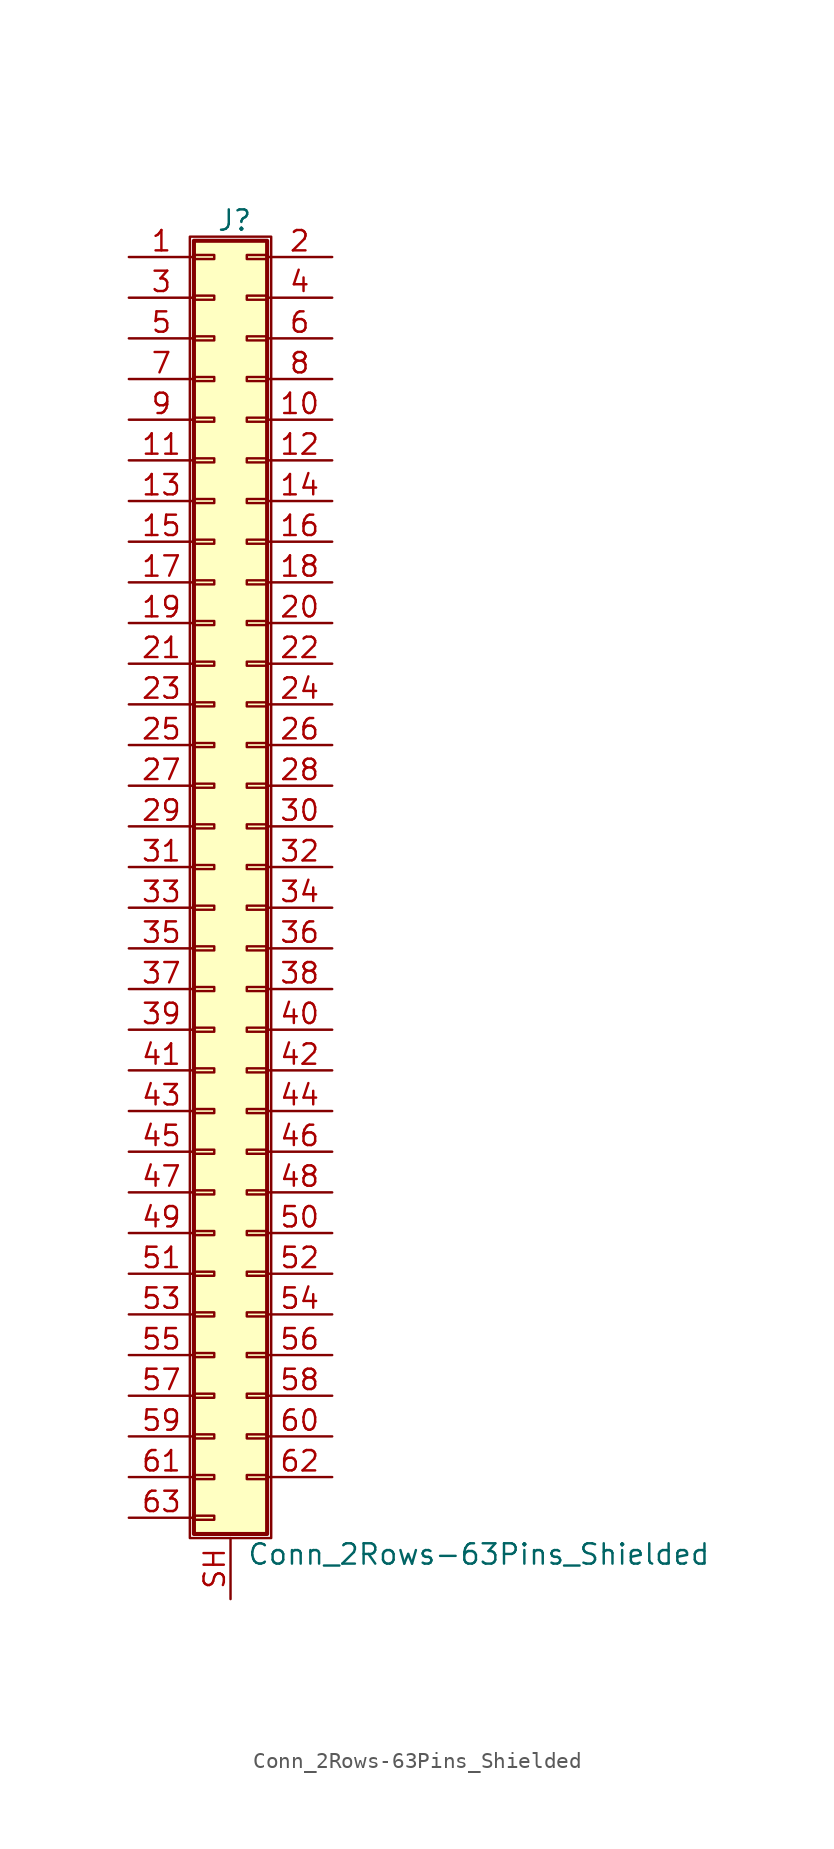
<source format=kicad_sym>
(kicad_symbol_lib
  (version 20211014)
  (generator kicad_symbol_editor)
  (symbol "Conn_2Rows-63Pins_Shielded"
    (pin_names
      (offset 1.016) hide)
    (property "Reference" "J"
      (at 1.524 40.386 0)
      (effects (font (size 1.27 1.27))))
    (property "Value" "Conn_2Rows-63Pins_Shielded"
      (at 2.286 -42.926 0)
      (effects (font (size 1.27 1.27)) (justify left)))
    (symbol "Conn_2Rows-63Pins_Shielded_1_1"
      (rectangle (start -1.27 39.37) (end 3.81 -41.91) (stroke (width 0.152) (type default) (color 0 0 0 0)) (fill (type none)))
      (rectangle (start -1.016 -40.513) (end 0.254 -40.767) (stroke (width 0.152) (type default) (color 0 0 0 0)) (fill (type none)))
      (rectangle (start -1.016 -37.973) (end 0.254 -38.227) (stroke (width 0.152) (type default) (color 0 0 0 0)) (fill (type none)))
      (rectangle (start -1.016 -35.433) (end 0.254 -35.687) (stroke (width 0.152) (type default) (color 0 0 0 0)) (fill (type none)))
      (rectangle (start -1.016 -32.893) (end 0.254 -33.147) (stroke (width 0.152) (type default) (color 0 0 0 0)) (fill (type none)))
      (rectangle (start -1.016 -30.353) (end 0.254 -30.607) (stroke (width 0.152) (type default) (color 0 0 0 0)) (fill (type none)))
      (rectangle (start -1.016 -27.813) (end 0.254 -28.067) (stroke (width 0.152) (type default) (color 0 0 0 0)) (fill (type none)))
      (rectangle (start -1.016 -25.273) (end 0.254 -25.527) (stroke (width 0.152) (type default) (color 0 0 0 0)) (fill (type none)))
      (rectangle (start -1.016 -22.733) (end 0.254 -22.987) (stroke (width 0.152) (type default) (color 0 0 0 0)) (fill (type none)))
      (rectangle (start -1.016 -20.193) (end 0.254 -20.447) (stroke (width 0.152) (type default) (color 0 0 0 0)) (fill (type none)))
      (rectangle (start -1.016 -17.653) (end 0.254 -17.907) (stroke (width 0.152) (type default) (color 0 0 0 0)) (fill (type none)))
      (rectangle (start -1.016 -15.113) (end 0.254 -15.367) (stroke (width 0.152) (type default) (color 0 0 0 0)) (fill (type none)))
      (rectangle (start -1.016 -12.573) (end 0.254 -12.827) (stroke (width 0.152) (type default) (color 0 0 0 0)) (fill (type none)))
      (rectangle (start -1.016 -10.033) (end 0.254 -10.287) (stroke (width 0.152) (type default) (color 0 0 0 0)) (fill (type none)))
      (rectangle (start -1.016 -7.493) (end 0.254 -7.747) (stroke (width 0.152) (type default) (color 0 0 0 0)) (fill (type none)))
      (rectangle (start -1.016 -4.953) (end 0.254 -5.207) (stroke (width 0.152) (type default) (color 0 0 0 0)) (fill (type none)))
      (rectangle (start -1.016 -2.413) (end 0.254 -2.667) (stroke (width 0.152) (type default) (color 0 0 0 0)) (fill (type none)))
      (rectangle (start -1.016 0.127) (end 0.254 -0.127) (stroke (width 0.152) (type default) (color 0 0 0 0)) (fill (type none)))
      (rectangle (start -1.016 2.667) (end 0.254 2.413) (stroke (width 0.152) (type default) (color 0 0 0 0)) (fill (type none)))
      (rectangle (start -1.016 5.207) (end 0.254 4.953) (stroke (width 0.152) (type default) (color 0 0 0 0)) (fill (type none)))
      (rectangle (start -1.016 7.747) (end 0.254 7.493) (stroke (width 0.152) (type default) (color 0 0 0 0)) (fill (type none)))
      (rectangle (start -1.016 10.287) (end 0.254 10.033) (stroke (width 0.152) (type default) (color 0 0 0 0)) (fill (type none)))
      (rectangle (start -1.016 12.827) (end 0.254 12.573) (stroke (width 0.152) (type default) (color 0 0 0 0)) (fill (type none)))
      (rectangle (start -1.016 15.367) (end 0.254 15.113) (stroke (width 0.152) (type default) (color 0 0 0 0)) (fill (type none)))
      (rectangle (start -1.016 17.907) (end 0.254 17.653) (stroke (width 0.152) (type default) (color 0 0 0 0)) (fill (type none)))
      (rectangle (start -1.016 20.447) (end 0.254 20.193) (stroke (width 0.152) (type default) (color 0 0 0 0)) (fill (type none)))
      (rectangle (start -1.016 22.987) (end 0.254 22.733) (stroke (width 0.152) (type default) (color 0 0 0 0)) (fill (type none)))
      (rectangle (start -1.016 25.527) (end 0.254 25.273) (stroke (width 0.152) (type default) (color 0 0 0 0)) (fill (type none)))
      (rectangle (start -1.016 28.067) (end 0.254 27.813) (stroke (width 0.152) (type default) (color 0 0 0 0)) (fill (type none)))
      (rectangle (start -1.016 30.607) (end 0.254 30.353) (stroke (width 0.152) (type default) (color 0 0 0 0)) (fill (type none)))
      (rectangle (start -1.016 33.147) (end 0.254 32.893) (stroke (width 0.152) (type default) (color 0 0 0 0)) (fill (type none)))
      (rectangle (start -1.016 35.687) (end 0.254 35.433) (stroke (width 0.152) (type default) (color 0 0 0 0)) (fill (type none)))
      (rectangle (start -1.016 38.227) (end 0.254 37.973) (stroke (width 0.152) (type default) (color 0 0 0 0)) (fill (type none)))
      (rectangle (start -1.016 39.116) (end 3.556 -41.656) (stroke (width 0.254) (type default) (color 0 0 0 0)) (fill (type background)))
      (rectangle (start 3.556 -37.973) (end 2.286 -38.227) (stroke (width 0.152) (type default) (color 0 0 0 0)) (fill (type none)))
      (rectangle (start 3.556 -35.433) (end 2.286 -35.687) (stroke (width 0.152) (type default) (color 0 0 0 0)) (fill (type none)))
      (rectangle (start 3.556 -32.893) (end 2.286 -33.147) (stroke (width 0.152) (type default) (color 0 0 0 0)) (fill (type none)))
      (rectangle (start 3.556 -30.353) (end 2.286 -30.607) (stroke (width 0.152) (type default) (color 0 0 0 0)) (fill (type none)))
      (rectangle (start 3.556 -27.813) (end 2.286 -28.067) (stroke (width 0.152) (type default) (color 0 0 0 0)) (fill (type none)))
      (rectangle (start 3.556 -25.273) (end 2.286 -25.527) (stroke (width 0.152) (type default) (color 0 0 0 0)) (fill (type none)))
      (rectangle (start 3.556 -22.733) (end 2.286 -22.987) (stroke (width 0.152) (type default) (color 0 0 0 0)) (fill (type none)))
      (rectangle (start 3.556 -20.193) (end 2.286 -20.447) (stroke (width 0.152) (type default) (color 0 0 0 0)) (fill (type none)))
      (rectangle (start 3.556 -17.653) (end 2.286 -17.907) (stroke (width 0.152) (type default) (color 0 0 0 0)) (fill (type none)))
      (rectangle (start 3.556 -15.113) (end 2.286 -15.367) (stroke (width 0.152) (type default) (color 0 0 0 0)) (fill (type none)))
      (rectangle (start 3.556 -12.573) (end 2.286 -12.827) (stroke (width 0.152) (type default) (color 0 0 0 0)) (fill (type none)))
      (rectangle (start 3.556 -10.033) (end 2.286 -10.287) (stroke (width 0.152) (type default) (color 0 0 0 0)) (fill (type none)))
      (rectangle (start 3.556 -7.493) (end 2.286 -7.747) (stroke (width 0.152) (type default) (color 0 0 0 0)) (fill (type none)))
      (rectangle (start 3.556 -4.953) (end 2.286 -5.207) (stroke (width 0.152) (type default) (color 0 0 0 0)) (fill (type none)))
      (rectangle (start 3.556 -2.413) (end 2.286 -2.667) (stroke (width 0.152) (type default) (color 0 0 0 0)) (fill (type none)))
      (rectangle (start 3.556 0.127) (end 2.286 -0.127) (stroke (width 0.152) (type default) (color 0 0 0 0)) (fill (type none)))
      (rectangle (start 3.556 2.667) (end 2.286 2.413) (stroke (width 0.152) (type default) (color 0 0 0 0)) (fill (type none)))
      (rectangle (start 3.556 5.207) (end 2.286 4.953) (stroke (width 0.152) (type default) (color 0 0 0 0)) (fill (type none)))
      (rectangle (start 3.556 7.747) (end 2.286 7.493) (stroke (width 0.152) (type default) (color 0 0 0 0)) (fill (type none)))
      (rectangle (start 3.556 10.287) (end 2.286 10.033) (stroke (width 0.152) (type default) (color 0 0 0 0)) (fill (type none)))
      (rectangle (start 3.556 12.827) (end 2.286 12.573) (stroke (width 0.152) (type default) (color 0 0 0 0)) (fill (type none)))
      (rectangle (start 3.556 15.367) (end 2.286 15.113) (stroke (width 0.152) (type default) (color 0 0 0 0)) (fill (type none)))
      (rectangle (start 3.556 17.907) (end 2.286 17.653) (stroke (width 0.152) (type default) (color 0 0 0 0)) (fill (type none)))
      (rectangle (start 3.556 20.447) (end 2.286 20.193) (stroke (width 0.152) (type default) (color 0 0 0 0)) (fill (type none)))
      (rectangle (start 3.556 22.987) (end 2.286 22.733) (stroke (width 0.152) (type default) (color 0 0 0 0)) (fill (type none)))
      (rectangle (start 3.556 25.527) (end 2.286 25.273) (stroke (width 0.152) (type default) (color 0 0 0 0)) (fill (type none)))
      (rectangle (start 3.556 28.067) (end 2.286 27.813) (stroke (width 0.152) (type default) (color 0 0 0 0)) (fill (type none)))
      (rectangle (start 3.556 30.607) (end 2.286 30.353) (stroke (width 0.152) (type default) (color 0 0 0 0)) (fill (type none)))
      (rectangle (start 3.556 33.147) (end 2.286 32.893) (stroke (width 0.152) (type default) (color 0 0 0 0)) (fill (type none)))
      (rectangle (start 3.556 35.687) (end 2.286 35.433) (stroke (width 0.152) (type default) (color 0 0 0 0)) (fill (type none)))
      (rectangle (start 3.556 38.227) (end 2.286 37.973) (stroke (width 0.152) (type default) (color 0 0 0 0)) (fill (type none)))
      (pin passive line (at -5.08 38.1 0) (length 4.064) (name "Pin_1" (effects (font (size 1.27 1.27)))) (number "1" (effects (font (size 1.27 1.27)))))
      (pin passive line (at 7.62 27.94 180) (length 4.064) (name "Pin_10" (effects (font (size 1.27 1.27)))) (number "10" (effects (font (size 1.27 1.27)))))
      (pin passive line (at -5.08 25.4 0) (length 4.064) (name "Pin_11" (effects (font (size 1.27 1.27)))) (number "11" (effects (font (size 1.27 1.27)))))
      (pin passive line (at 7.62 25.4 180) (length 4.064) (name "Pin_12" (effects (font (size 1.27 1.27)))) (number "12" (effects (font (size 1.27 1.27)))))
      (pin passive line (at -5.08 22.86 0) (length 4.064) (name "Pin_13" (effects (font (size 1.27 1.27)))) (number "13" (effects (font (size 1.27 1.27)))))
      (pin passive line (at 7.62 22.86 180) (length 4.064) (name "Pin_14" (effects (font (size 1.27 1.27)))) (number "14" (effects (font (size 1.27 1.27)))))
      (pin passive line (at -5.08 20.32 0) (length 4.064) (name "Pin_15" (effects (font (size 1.27 1.27)))) (number "15" (effects (font (size 1.27 1.27)))))
      (pin passive line (at 7.62 20.32 180) (length 4.064) (name "Pin_16" (effects (font (size 1.27 1.27)))) (number "16" (effects (font (size 1.27 1.27)))))
      (pin passive line (at -5.08 17.78 0) (length 4.064) (name "Pin_17" (effects (font (size 1.27 1.27)))) (number "17" (effects (font (size 1.27 1.27)))))
      (pin passive line (at 7.62 17.78 180) (length 4.064) (name "Pin_18" (effects (font (size 1.27 1.27)))) (number "18" (effects (font (size 1.27 1.27)))))
      (pin passive line (at -5.08 15.24 0) (length 4.064) (name "Pin_19" (effects (font (size 1.27 1.27)))) (number "19" (effects (font (size 1.27 1.27)))))
      (pin passive line (at 7.62 38.1 180) (length 4.064) (name "Pin_2" (effects (font (size 1.27 1.27)))) (number "2" (effects (font (size 1.27 1.27)))))
      (pin passive line (at 7.62 15.24 180) (length 4.064) (name "Pin_20" (effects (font (size 1.27 1.27)))) (number "20" (effects (font (size 1.27 1.27)))))
      (pin passive line (at -5.08 12.7 0) (length 4.064) (name "Pin_21" (effects (font (size 1.27 1.27)))) (number "21" (effects (font (size 1.27 1.27)))))
      (pin passive line (at 7.62 12.7 180) (length 4.064) (name "Pin_22" (effects (font (size 1.27 1.27)))) (number "22" (effects (font (size 1.27 1.27)))))
      (pin passive line (at -5.08 10.16 0) (length 4.064) (name "Pin_23" (effects (font (size 1.27 1.27)))) (number "23" (effects (font (size 1.27 1.27)))))
      (pin passive line (at 7.62 10.16 180) (length 4.064) (name "Pin_24" (effects (font (size 1.27 1.27)))) (number "24" (effects (font (size 1.27 1.27)))))
      (pin passive line (at -5.08 7.62 0) (length 4.064) (name "Pin_25" (effects (font (size 1.27 1.27)))) (number "25" (effects (font (size 1.27 1.27)))))
      (pin passive line (at 7.62 7.62 180) (length 4.064) (name "Pin_26" (effects (font (size 1.27 1.27)))) (number "26" (effects (font (size 1.27 1.27)))))
      (pin passive line (at -5.08 5.08 0) (length 4.064) (name "Pin_27" (effects (font (size 1.27 1.27)))) (number "27" (effects (font (size 1.27 1.27)))))
      (pin passive line (at 7.62 5.08 180) (length 4.064) (name "Pin_28" (effects (font (size 1.27 1.27)))) (number "28" (effects (font (size 1.27 1.27)))))
      (pin passive line (at -5.08 2.54 0) (length 4.064) (name "Pin_29" (effects (font (size 1.27 1.27)))) (number "29" (effects (font (size 1.27 1.27)))))
      (pin passive line (at -5.08 35.56 0) (length 4.064) (name "Pin_3" (effects (font (size 1.27 1.27)))) (number "3" (effects (font (size 1.27 1.27)))))
      (pin passive line (at 7.62 2.54 180) (length 4.064) (name "Pin_30" (effects (font (size 1.27 1.27)))) (number "30" (effects (font (size 1.27 1.27)))))
      (pin passive line (at -5.08 0 0) (length 4.064) (name "Pin_31" (effects (font (size 1.27 1.27)))) (number "31" (effects (font (size 1.27 1.27)))))
      (pin passive line (at 7.62 0 180) (length 4.064) (name "Pin_32" (effects (font (size 1.27 1.27)))) (number "32" (effects (font (size 1.27 1.27)))))
      (pin passive line (at -5.08 -2.54 0) (length 4.064) (name "Pin_33" (effects (font (size 1.27 1.27)))) (number "33" (effects (font (size 1.27 1.27)))))
      (pin passive line (at 7.62 -2.54 180) (length 4.064) (name "Pin_34" (effects (font (size 1.27 1.27)))) (number "34" (effects (font (size 1.27 1.27)))))
      (pin passive line (at -5.08 -5.08 0) (length 4.064) (name "Pin_35" (effects (font (size 1.27 1.27)))) (number "35" (effects (font (size 1.27 1.27)))))
      (pin passive line (at 7.62 -5.08 180) (length 4.064) (name "Pin_36" (effects (font (size 1.27 1.27)))) (number "36" (effects (font (size 1.27 1.27)))))
      (pin passive line (at -5.08 -7.62 0) (length 4.064) (name "Pin_37" (effects (font (size 1.27 1.27)))) (number "37" (effects (font (size 1.27 1.27)))))
      (pin passive line (at 7.62 -7.62 180) (length 4.064) (name "Pin_38" (effects (font (size 1.27 1.27)))) (number "38" (effects (font (size 1.27 1.27)))))
      (pin passive line (at -5.08 -10.16 0) (length 4.064) (name "Pin_39" (effects (font (size 1.27 1.27)))) (number "39" (effects (font (size 1.27 1.27)))))
      (pin passive line (at 7.62 35.56 180) (length 4.064) (name "Pin_4" (effects (font (size 1.27 1.27)))) (number "4" (effects (font (size 1.27 1.27)))))
      (pin passive line (at 7.62 -10.16 180) (length 4.064) (name "Pin_40" (effects (font (size 1.27 1.27)))) (number "40" (effects (font (size 1.27 1.27)))))
      (pin passive line (at -5.08 -12.7 0) (length 4.064) (name "Pin_41" (effects (font (size 1.27 1.27)))) (number "41" (effects (font (size 1.27 1.27)))))
      (pin passive line (at 7.62 -12.7 180) (length 4.064) (name "Pin_42" (effects (font (size 1.27 1.27)))) (number "42" (effects (font (size 1.27 1.27)))))
      (pin passive line (at -5.08 -15.24 0) (length 4.064) (name "Pin_43" (effects (font (size 1.27 1.27)))) (number "43" (effects (font (size 1.27 1.27)))))
      (pin passive line (at 7.62 -15.24 180) (length 4.064) (name "Pin_44" (effects (font (size 1.27 1.27)))) (number "44" (effects (font (size 1.27 1.27)))))
      (pin passive line (at -5.08 -17.78 0) (length 4.064) (name "Pin_45" (effects (font (size 1.27 1.27)))) (number "45" (effects (font (size 1.27 1.27)))))
      (pin passive line (at 7.62 -17.78 180) (length 4.064) (name "Pin_46" (effects (font (size 1.27 1.27)))) (number "46" (effects (font (size 1.27 1.27)))))
      (pin passive line (at -5.08 -20.32 0) (length 4.064) (name "Pin_47" (effects (font (size 1.27 1.27)))) (number "47" (effects (font (size 1.27 1.27)))))
      (pin passive line (at 7.62 -20.32 180) (length 4.064) (name "Pin_48" (effects (font (size 1.27 1.27)))) (number "48" (effects (font (size 1.27 1.27)))))
      (pin passive line (at -5.08 -22.86 0) (length 4.064) (name "Pin_49" (effects (font (size 1.27 1.27)))) (number "49" (effects (font (size 1.27 1.27)))))
      (pin passive line (at -5.08 33.02 0) (length 4.064) (name "Pin_5" (effects (font (size 1.27 1.27)))) (number "5" (effects (font (size 1.27 1.27)))))
      (pin passive line (at 7.62 -22.86 180) (length 4.064) (name "Pin_50" (effects (font (size 1.27 1.27)))) (number "50" (effects (font (size 1.27 1.27)))))
      (pin passive line (at -5.08 -25.4 0) (length 4.064) (name "Pin_51" (effects (font (size 1.27 1.27)))) (number "51" (effects (font (size 1.27 1.27)))))
      (pin passive line (at 7.62 -25.4 180) (length 4.064) (name "Pin_52" (effects (font (size 1.27 1.27)))) (number "52" (effects (font (size 1.27 1.27)))))
      (pin passive line (at -5.08 -27.94 0) (length 4.064) (name "Pin_53" (effects (font (size 1.27 1.27)))) (number "53" (effects (font (size 1.27 1.27)))))
      (pin passive line (at 7.62 -27.94 180) (length 4.064) (name "Pin_54" (effects (font (size 1.27 1.27)))) (number "54" (effects (font (size 1.27 1.27)))))
      (pin passive line (at -5.08 -30.48 0) (length 4.064) (name "Pin_55" (effects (font (size 1.27 1.27)))) (number "55" (effects (font (size 1.27 1.27)))))
      (pin passive line (at 7.62 -30.48 180) (length 4.064) (name "Pin_56" (effects (font (size 1.27 1.27)))) (number "56" (effects (font (size 1.27 1.27)))))
      (pin passive line (at -5.08 -33.02 0) (length 4.064) (name "Pin_57" (effects (font (size 1.27 1.27)))) (number "57" (effects (font (size 1.27 1.27)))))
      (pin passive line (at 7.62 -33.02 180) (length 4.064) (name "Pin_58" (effects (font (size 1.27 1.27)))) (number "58" (effects (font (size 1.27 1.27)))))
      (pin passive line (at -5.08 -35.56 0) (length 4.064) (name "Pin_59" (effects (font (size 1.27 1.27)))) (number "59" (effects (font (size 1.27 1.27)))))
      (pin passive line (at 7.62 33.02 180) (length 4.064) (name "Pin_6" (effects (font (size 1.27 1.27)))) (number "6" (effects (font (size 1.27 1.27)))))
      (pin passive line (at 7.62 -35.56 180) (length 4.064) (name "Pin_60" (effects (font (size 1.27 1.27)))) (number "60" (effects (font (size 1.27 1.27)))))
      (pin passive line (at -5.08 -38.1 0) (length 4.064) (name "Pin_61" (effects (font (size 1.27 1.27)))) (number "61" (effects (font (size 1.27 1.27)))))
      (pin passive line (at 7.62 -38.1 180) (length 4.064) (name "Pin_62" (effects (font (size 1.27 1.27)))) (number "62" (effects (font (size 1.27 1.27)))))
      (pin passive line (at -5.08 -40.64 0) (length 4.064) (name "Pin_63" (effects (font (size 1.27 1.27)))) (number "63" (effects (font (size 1.27 1.27)))))
      (pin passive line (at -5.08 30.48 0) (length 4.064) (name "Pin_7" (effects (font (size 1.27 1.27)))) (number "7" (effects (font (size 1.27 1.27)))))
      (pin passive line (at 7.62 30.48 180) (length 4.064) (name "Pin_8" (effects (font (size 1.27 1.27)))) (number "8" (effects (font (size 1.27 1.27)))))
      (pin passive line (at -5.08 27.94 0) (length 4.064) (name "Pin_9" (effects (font (size 1.27 1.27)))) (number "9" (effects (font (size 1.27 1.27)))))
      (pin passive line (at 1.27 -45.72 90) (length 3.81) (name "Shield" (effects (font (size 1.27 1.27)))) (number "SH" (effects (font (size 1.27 1.27))))))))
</source>
